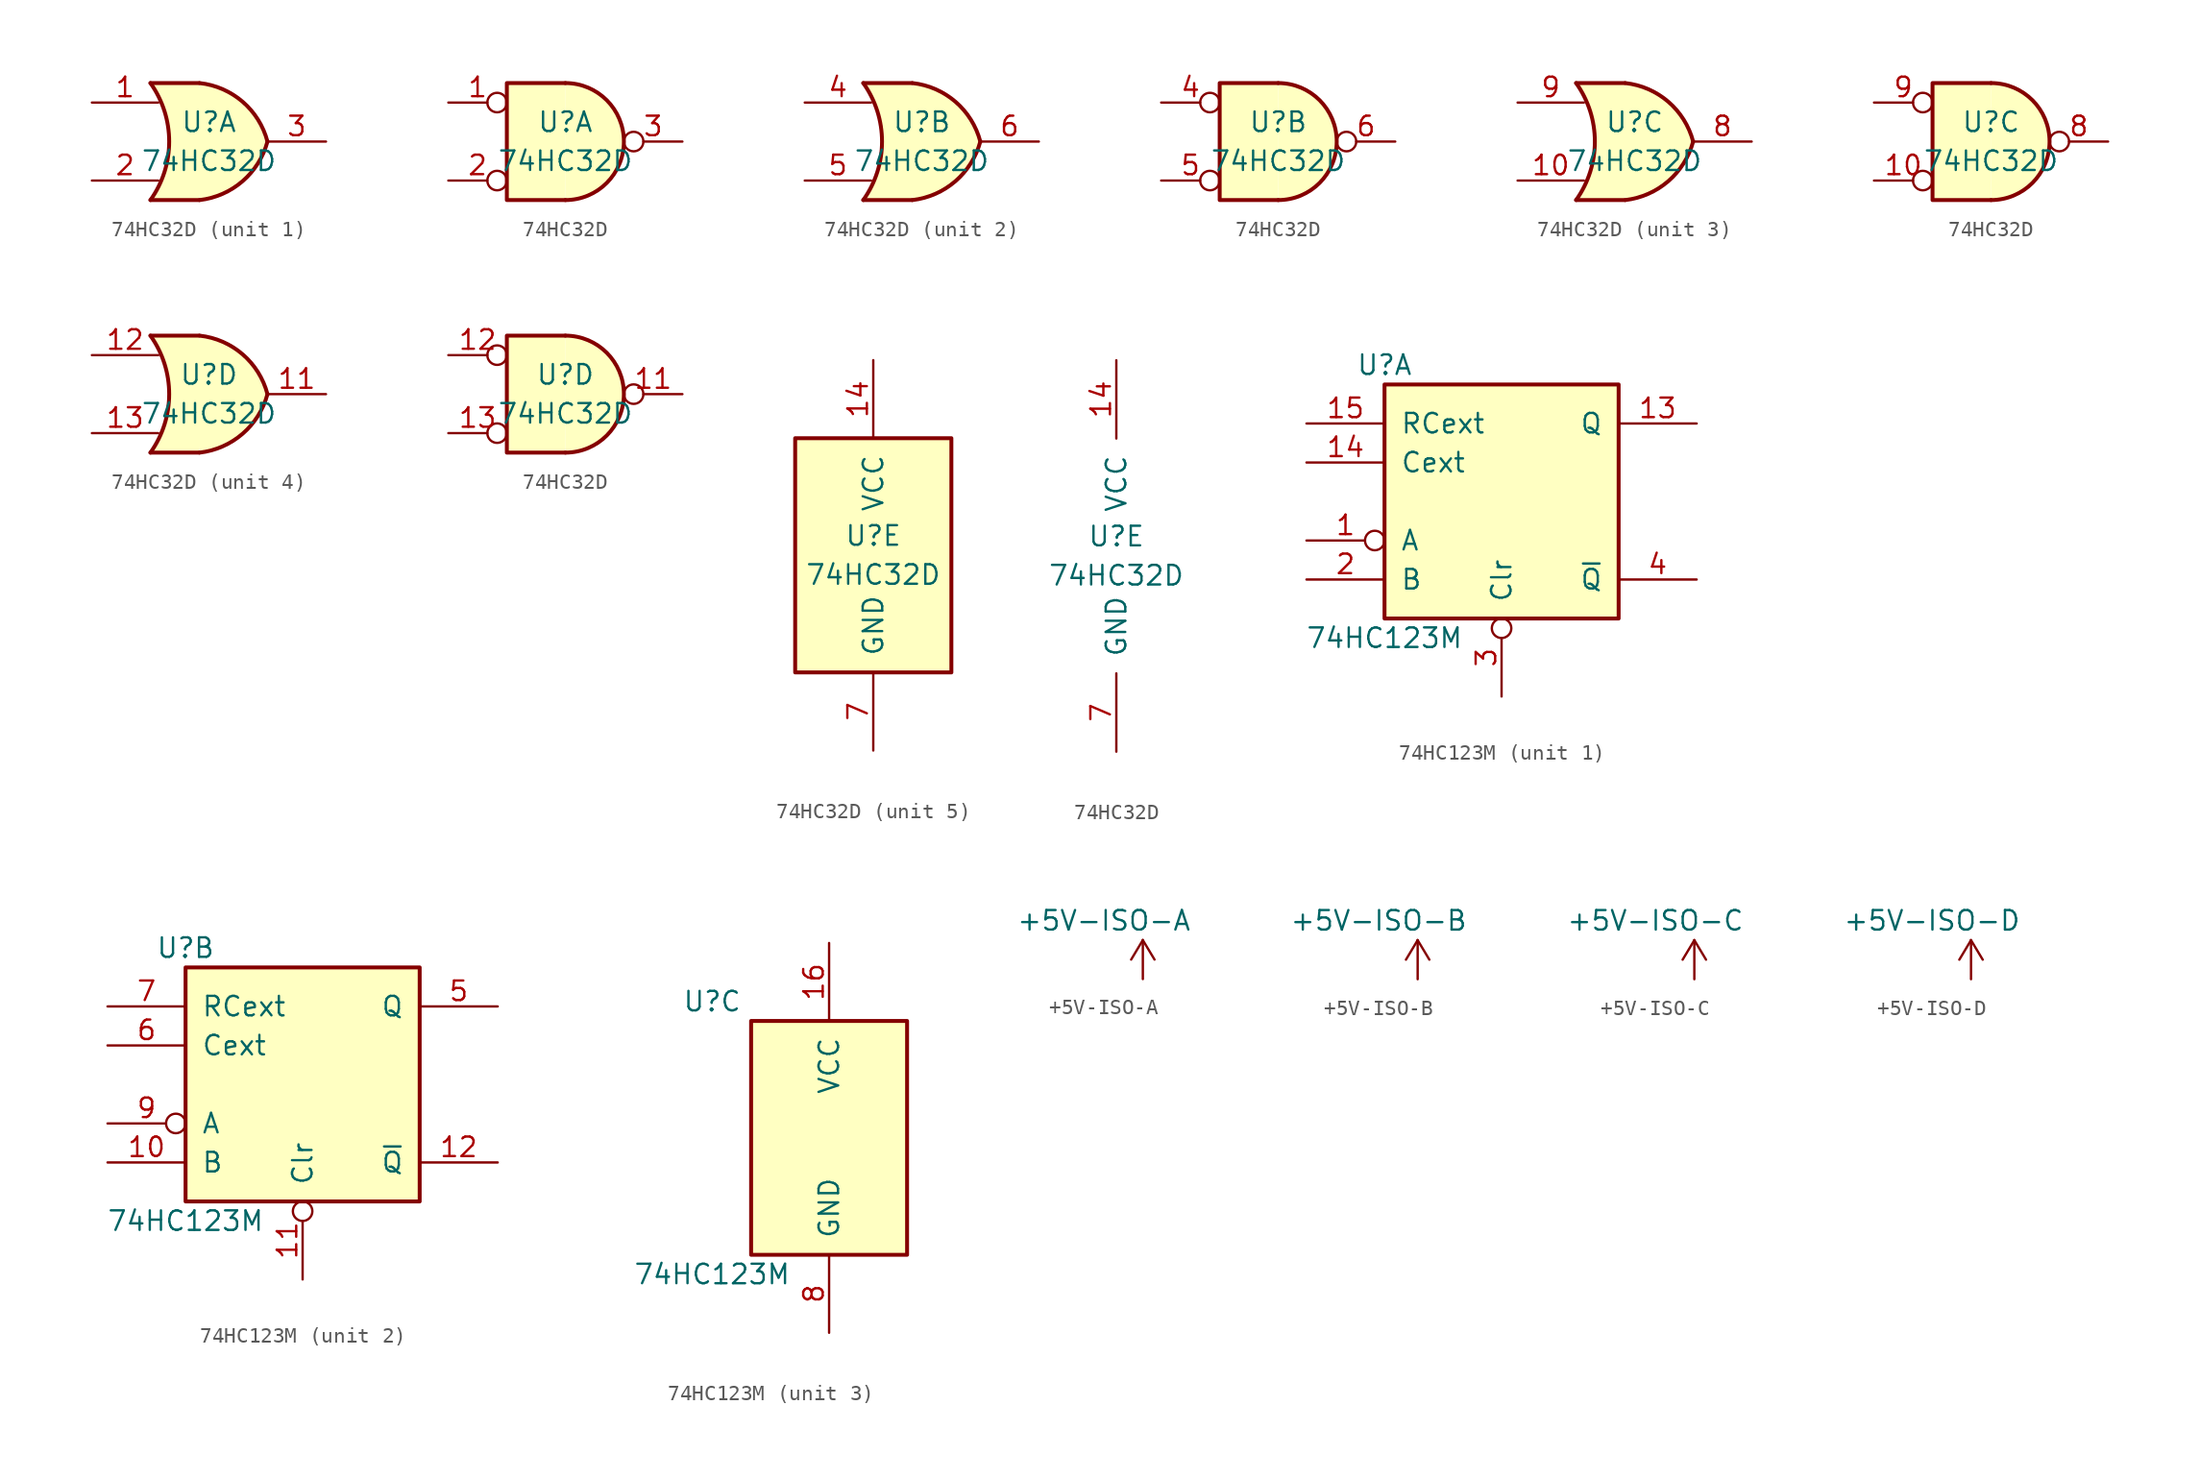
<source format=kicad_sym>
(kicad_symbol_lib
  (version 20211014)
  (generator kicad_symbol_editor)
  (symbol "74HC32D"
    (pin_names
      (offset 1.016))
    (property "Reference" "U"
      (at 0 1.27 0)
      (effects (font (size 1.27 1.27))))
    (property "Value" "74HC32D"
      (at 0 -1.27 0)
      (effects (font (size 1.27 1.27))))
    (property "ki_locked" ""
      (at 0 0 0)
      (effects (font (size 1.27 1.27))))
    (symbol "74HC32D_1_1"
      (arc (start -3.81 -3.81) (mid -2.589 0) (end -3.81 3.81) (stroke (width 0.254) (type default) (color 0 0 0 0)) (fill (type none)))
      (arc (start -0.6096 -3.81) (mid 2.1842 -2.5851) (end 3.81 0) (stroke (width 0.254) (type default) (color 0 0 0 0)) (fill (type background)))
      (polyline (pts (xy -3.81 -3.81) (xy -0.635 -3.81)) (stroke (width 0.254) (type default) (color 0 0 0 0)) (fill (type background)))
      (polyline (pts (xy -3.81 3.81) (xy -0.635 3.81)) (stroke (width 0.254) (type default) (color 0 0 0 0)) (fill (type background)))
      (polyline (pts (xy -0.635 3.81) (xy -3.81 3.81) (xy -3.81 3.81) (xy -3.556 3.404) (xy -3.023 2.261) (xy -2.692 1.041) (xy -2.616 -0.254) (xy -2.769 -1.499) (xy -3.175 -2.718) (xy -3.81 -3.81) (xy -3.81 -3.81) (xy -0.635 -3.81)) (stroke (width -25.4) (type default) (color 0 0 0 0)) (fill (type background)))
      (arc (start 3.81 0) (mid 2.1915 2.5936) (end -0.6096 3.81) (stroke (width 0.254) (type default) (color 0 0 0 0)) (fill (type background)))
      (pin input line (at -7.62 2.54 0) (length 4.318) (name "~" (effects (font (size 1.27 1.27)))) (number "1" (effects (font (size 1.27 1.27)))))
      (pin input line (at -7.62 -2.54 0) (length 4.318) (name "~" (effects (font (size 1.27 1.27)))) (number "2" (effects (font (size 1.27 1.27)))))
      (pin output line (at 7.62 0 180) (length 3.81) (name "~" (effects (font (size 1.27 1.27)))) (number "3" (effects (font (size 1.27 1.27))))))
    (symbol "74HC32D_1_2"
      (arc (start 0 -3.81) (mid 3.81 0) (end 0 3.81) (stroke (width 0.254) (type default) (color 0 0 0 0)) (fill (type background)))
      (polyline (pts (xy 0 3.81) (xy -3.81 3.81) (xy -3.81 -3.81) (xy 0 -3.81)) (stroke (width 0.254) (type default) (color 0 0 0 0)) (fill (type background)))
      (pin input inverted (at -7.62 2.54 0) (length 3.81) (name "~" (effects (font (size 1.27 1.27)))) (number "1" (effects (font (size 1.27 1.27)))))
      (pin input inverted (at -7.62 -2.54 0) (length 3.81) (name "~" (effects (font (size 1.27 1.27)))) (number "2" (effects (font (size 1.27 1.27)))))
      (pin output inverted (at 7.62 0 180) (length 3.81) (name "~" (effects (font (size 1.27 1.27)))) (number "3" (effects (font (size 1.27 1.27))))))
    (symbol "74HC32D_2_1"
      (arc (start -3.81 -3.81) (mid -2.589 0) (end -3.81 3.81) (stroke (width 0.254) (type default) (color 0 0 0 0)) (fill (type none)))
      (arc (start -0.6096 -3.81) (mid 2.1842 -2.5851) (end 3.81 0) (stroke (width 0.254) (type default) (color 0 0 0 0)) (fill (type background)))
      (polyline (pts (xy -3.81 -3.81) (xy -0.635 -3.81)) (stroke (width 0.254) (type default) (color 0 0 0 0)) (fill (type background)))
      (polyline (pts (xy -3.81 3.81) (xy -0.635 3.81)) (stroke (width 0.254) (type default) (color 0 0 0 0)) (fill (type background)))
      (polyline (pts (xy -0.635 3.81) (xy -3.81 3.81) (xy -3.81 3.81) (xy -3.556 3.404) (xy -3.023 2.261) (xy -2.692 1.041) (xy -2.616 -0.254) (xy -2.769 -1.499) (xy -3.175 -2.718) (xy -3.81 -3.81) (xy -3.81 -3.81) (xy -0.635 -3.81)) (stroke (width -25.4) (type default) (color 0 0 0 0)) (fill (type background)))
      (arc (start 3.81 0) (mid 2.1915 2.5936) (end -0.6096 3.81) (stroke (width 0.254) (type default) (color 0 0 0 0)) (fill (type background)))
      (pin input line (at -7.62 2.54 0) (length 4.318) (name "~" (effects (font (size 1.27 1.27)))) (number "4" (effects (font (size 1.27 1.27)))))
      (pin input line (at -7.62 -2.54 0) (length 4.318) (name "~" (effects (font (size 1.27 1.27)))) (number "5" (effects (font (size 1.27 1.27)))))
      (pin output line (at 7.62 0 180) (length 3.81) (name "~" (effects (font (size 1.27 1.27)))) (number "6" (effects (font (size 1.27 1.27))))))
    (symbol "74HC32D_2_2"
      (arc (start 0 -3.81) (mid 3.81 0) (end 0 3.81) (stroke (width 0.254) (type default) (color 0 0 0 0)) (fill (type background)))
      (polyline (pts (xy 0 3.81) (xy -3.81 3.81) (xy -3.81 -3.81) (xy 0 -3.81)) (stroke (width 0.254) (type default) (color 0 0 0 0)) (fill (type background)))
      (pin input inverted (at -7.62 2.54 0) (length 3.81) (name "~" (effects (font (size 1.27 1.27)))) (number "4" (effects (font (size 1.27 1.27)))))
      (pin input inverted (at -7.62 -2.54 0) (length 3.81) (name "~" (effects (font (size 1.27 1.27)))) (number "5" (effects (font (size 1.27 1.27)))))
      (pin output inverted (at 7.62 0 180) (length 3.81) (name "~" (effects (font (size 1.27 1.27)))) (number "6" (effects (font (size 1.27 1.27))))))
    (symbol "74HC32D_3_1"
      (arc (start -3.81 -3.81) (mid -2.589 0) (end -3.81 3.81) (stroke (width 0.254) (type default) (color 0 0 0 0)) (fill (type none)))
      (arc (start -0.6096 -3.81) (mid 2.1842 -2.5851) (end 3.81 0) (stroke (width 0.254) (type default) (color 0 0 0 0)) (fill (type background)))
      (polyline (pts (xy -3.81 -3.81) (xy -0.635 -3.81)) (stroke (width 0.254) (type default) (color 0 0 0 0)) (fill (type background)))
      (polyline (pts (xy -3.81 3.81) (xy -0.635 3.81)) (stroke (width 0.254) (type default) (color 0 0 0 0)) (fill (type background)))
      (polyline (pts (xy -0.635 3.81) (xy -3.81 3.81) (xy -3.81 3.81) (xy -3.556 3.404) (xy -3.023 2.261) (xy -2.692 1.041) (xy -2.616 -0.254) (xy -2.769 -1.499) (xy -3.175 -2.718) (xy -3.81 -3.81) (xy -3.81 -3.81) (xy -0.635 -3.81)) (stroke (width -25.4) (type default) (color 0 0 0 0)) (fill (type background)))
      (arc (start 3.81 0) (mid 2.1915 2.5936) (end -0.6096 3.81) (stroke (width 0.254) (type default) (color 0 0 0 0)) (fill (type background)))
      (pin input line (at -7.62 -2.54 0) (length 4.318) (name "~" (effects (font (size 1.27 1.27)))) (number "10" (effects (font (size 1.27 1.27)))))
      (pin output line (at 7.62 0 180) (length 3.81) (name "~" (effects (font (size 1.27 1.27)))) (number "8" (effects (font (size 1.27 1.27)))))
      (pin input line (at -7.62 2.54 0) (length 4.318) (name "~" (effects (font (size 1.27 1.27)))) (number "9" (effects (font (size 1.27 1.27))))))
    (symbol "74HC32D_3_2"
      (arc (start 0 -3.81) (mid 3.81 0) (end 0 3.81) (stroke (width 0.254) (type default) (color 0 0 0 0)) (fill (type background)))
      (polyline (pts (xy 0 3.81) (xy -3.81 3.81) (xy -3.81 -3.81) (xy 0 -3.81)) (stroke (width 0.254) (type default) (color 0 0 0 0)) (fill (type background)))
      (pin input inverted (at -7.62 -2.54 0) (length 3.81) (name "~" (effects (font (size 1.27 1.27)))) (number "10" (effects (font (size 1.27 1.27)))))
      (pin output inverted (at 7.62 0 180) (length 3.81) (name "~" (effects (font (size 1.27 1.27)))) (number "8" (effects (font (size 1.27 1.27)))))
      (pin input inverted (at -7.62 2.54 0) (length 3.81) (name "~" (effects (font (size 1.27 1.27)))) (number "9" (effects (font (size 1.27 1.27))))))
    (symbol "74HC32D_4_1"
      (arc (start -3.81 -3.81) (mid -2.589 0) (end -3.81 3.81) (stroke (width 0.254) (type default) (color 0 0 0 0)) (fill (type none)))
      (arc (start -0.6096 -3.81) (mid 2.1842 -2.5851) (end 3.81 0) (stroke (width 0.254) (type default) (color 0 0 0 0)) (fill (type background)))
      (polyline (pts (xy -3.81 -3.81) (xy -0.635 -3.81)) (stroke (width 0.254) (type default) (color 0 0 0 0)) (fill (type background)))
      (polyline (pts (xy -3.81 3.81) (xy -0.635 3.81)) (stroke (width 0.254) (type default) (color 0 0 0 0)) (fill (type background)))
      (polyline (pts (xy -0.635 3.81) (xy -3.81 3.81) (xy -3.81 3.81) (xy -3.556 3.404) (xy -3.023 2.261) (xy -2.692 1.041) (xy -2.616 -0.254) (xy -2.769 -1.499) (xy -3.175 -2.718) (xy -3.81 -3.81) (xy -3.81 -3.81) (xy -0.635 -3.81)) (stroke (width -25.4) (type default) (color 0 0 0 0)) (fill (type background)))
      (arc (start 3.81 0) (mid 2.1915 2.5936) (end -0.6096 3.81) (stroke (width 0.254) (type default) (color 0 0 0 0)) (fill (type background)))
      (pin output line (at 7.62 0 180) (length 3.81) (name "~" (effects (font (size 1.27 1.27)))) (number "11" (effects (font (size 1.27 1.27)))))
      (pin input line (at -7.62 2.54 0) (length 4.318) (name "~" (effects (font (size 1.27 1.27)))) (number "12" (effects (font (size 1.27 1.27)))))
      (pin input line (at -7.62 -2.54 0) (length 4.318) (name "~" (effects (font (size 1.27 1.27)))) (number "13" (effects (font (size 1.27 1.27))))))
    (symbol "74HC32D_4_2"
      (arc (start 0 -3.81) (mid 3.81 0) (end 0 3.81) (stroke (width 0.254) (type default) (color 0 0 0 0)) (fill (type background)))
      (polyline (pts (xy 0 3.81) (xy -3.81 3.81) (xy -3.81 -3.81) (xy 0 -3.81)) (stroke (width 0.254) (type default) (color 0 0 0 0)) (fill (type background)))
      (pin output inverted (at 7.62 0 180) (length 3.81) (name "~" (effects (font (size 1.27 1.27)))) (number "11" (effects (font (size 1.27 1.27)))))
      (pin input inverted (at -7.62 2.54 0) (length 3.81) (name "~" (effects (font (size 1.27 1.27)))) (number "12" (effects (font (size 1.27 1.27)))))
      (pin input inverted (at -7.62 -2.54 0) (length 3.81) (name "~" (effects (font (size 1.27 1.27)))) (number "13" (effects (font (size 1.27 1.27))))))
    (symbol "74HC32D_5_0"
      (pin power_in line (at 0 12.7 270) (length 5.08) (name "VCC" (effects (font (size 1.27 1.27)))) (number "14" (effects (font (size 1.27 1.27)))))
      (pin power_in line (at 0 -12.7 90) (length 5.08) (name "GND" (effects (font (size 1.27 1.27)))) (number "7" (effects (font (size 1.27 1.27))))))
    (symbol "74HC32D_5_1"
      (rectangle (start -5.08 7.62) (end 5.08 -7.62) (stroke (width 0.254) (type default) (color 0 0 0 0)) (fill (type background)))))
  (symbol "74HC123M"
    (pin_names
      (offset 1.016))
    (property "Reference" "U"
      (at -7.62 8.89 0)
      (effects (font (size 1.27 1.27))))
    (property "Value" "74HC123M"
      (at -7.62 -8.89 0)
      (effects (font (size 1.27 1.27))))
    (property "ki_locked" ""
      (at 0 0 0)
      (effects (font (size 1.27 1.27))))
    (symbol "74HC123M_1_0"
      (pin input inverted (at -12.7 -2.54 0) (length 5.08) (name "A" (effects (font (size 1.27 1.27)))) (number "1" (effects (font (size 1.27 1.27)))))
      (pin output line (at 12.7 5.08 180) (length 5.08) (name "Q" (effects (font (size 1.27 1.27)))) (number "13" (effects (font (size 1.27 1.27)))))
      (pin input line (at -12.7 2.54 0) (length 5.08) (name "Cext" (effects (font (size 1.27 1.27)))) (number "14" (effects (font (size 1.27 1.27)))))
      (pin input line (at -12.7 5.08 0) (length 5.08) (name "RCext" (effects (font (size 1.27 1.27)))) (number "15" (effects (font (size 1.27 1.27)))))
      (pin input line (at -12.7 -5.08 0) (length 5.08) (name "B" (effects (font (size 1.27 1.27)))) (number "2" (effects (font (size 1.27 1.27)))))
      (pin input inverted (at 0 -12.7 90) (length 5.08) (name "Clr" (effects (font (size 1.27 1.27)))) (number "3" (effects (font (size 1.27 1.27)))))
      (pin output line (at 12.7 -5.08 180) (length 5.08) (name "~{Q}" (effects (font (size 1.27 1.27)))) (number "4" (effects (font (size 1.27 1.27))))))
    (symbol "74HC123M_1_1"
      (rectangle (start -7.62 7.62) (end 7.62 -7.62) (stroke (width 0.254) (type default) (color 0 0 0 0)) (fill (type background))))
    (symbol "74HC123M_2_0"
      (pin input line (at -12.7 -5.08 0) (length 5.08) (name "B" (effects (font (size 1.27 1.27)))) (number "10" (effects (font (size 1.27 1.27)))))
      (pin input inverted (at 0 -12.7 90) (length 5.08) (name "Clr" (effects (font (size 1.27 1.27)))) (number "11" (effects (font (size 1.27 1.27)))))
      (pin output line (at 12.7 -5.08 180) (length 5.08) (name "~{Q}" (effects (font (size 1.27 1.27)))) (number "12" (effects (font (size 1.27 1.27)))))
      (pin output line (at 12.7 5.08 180) (length 5.08) (name "Q" (effects (font (size 1.27 1.27)))) (number "5" (effects (font (size 1.27 1.27)))))
      (pin input line (at -12.7 2.54 0) (length 5.08) (name "Cext" (effects (font (size 1.27 1.27)))) (number "6" (effects (font (size 1.27 1.27)))))
      (pin input line (at -12.7 5.08 0) (length 5.08) (name "RCext" (effects (font (size 1.27 1.27)))) (number "7" (effects (font (size 1.27 1.27)))))
      (pin input inverted (at -12.7 -2.54 0) (length 5.08) (name "A" (effects (font (size 1.27 1.27)))) (number "9" (effects (font (size 1.27 1.27))))))
    (symbol "74HC123M_2_1"
      (rectangle (start -7.62 7.62) (end 7.62 -7.62) (stroke (width 0.254) (type default) (color 0 0 0 0)) (fill (type background))))
    (symbol "74HC123M_3_0"
      (pin power_in line (at 0 12.7 270) (length 5.08) (name "VCC" (effects (font (size 1.27 1.27)))) (number "16" (effects (font (size 1.27 1.27)))))
      (pin power_in line (at 0 -12.7 90) (length 5.08) (name "GND" (effects (font (size 1.27 1.27)))) (number "8" (effects (font (size 1.27 1.27))))))
    (symbol "74HC123M_3_1"
      (rectangle (start -5.08 7.62) (end 5.08 -7.62) (stroke (width 0.254) (type default) (color 0 0 0 0)) (fill (type background)))))
  (symbol "+5V-ISO-A"
    (power)
    (pin_names
      (offset 0))
    (property "Reference" "#PWR?"
      (at 0 -3.81 0)
      (effects (font (size 1.27 1.27)) hide))
    (property "Value" "+5V-ISO-A"
      (at -2.54 3.81 0)
      (effects (font (size 1.27 1.27))))
    (symbol "+5V-ISO-A_0_1"
      (polyline (pts (xy -0.762 1.27) (xy 0 2.54)) (stroke (width 0) (type default) (color 0 0 0 0)) (fill (type none)))
      (polyline (pts (xy 0 0) (xy 0 2.54)) (stroke (width 0) (type default) (color 0 0 0 0)) (fill (type none)))
      (polyline (pts (xy 0 2.54) (xy 0.762 1.27)) (stroke (width 0) (type default) (color 0 0 0 0)) (fill (type none))))
    (symbol "+5V-ISO-A_1_1"
      (pin power_in line (at 0 0 90) (length 0) hide (name "+5V-ISO-A" (effects (font (size 1.27 1.27)))) (number "1" (effects (font (size 1.27 1.27)))))))
  (symbol "+5V-ISO-B"
    (power)
    (pin_names
      (offset 0))
    (property "Reference" "#PWR?"
      (at 0 -3.81 0)
      (effects (font (size 1.27 1.27)) hide))
    (property "Value" "+5V-ISO-B"
      (at -2.54 3.81 0)
      (effects (font (size 1.27 1.27))))
    (symbol "+5V-ISO-B_0_1"
      (polyline (pts (xy -0.762 1.27) (xy 0 2.54)) (stroke (width 0) (type default) (color 0 0 0 0)) (fill (type none)))
      (polyline (pts (xy 0 0) (xy 0 2.54)) (stroke (width 0) (type default) (color 0 0 0 0)) (fill (type none)))
      (polyline (pts (xy 0 2.54) (xy 0.762 1.27)) (stroke (width 0) (type default) (color 0 0 0 0)) (fill (type none))))
    (symbol "+5V-ISO-B_1_1"
      (pin power_in line (at 0 0 90) (length 0) hide (name "+5V-ISO-B" (effects (font (size 1.27 1.27)))) (number "1" (effects (font (size 1.27 1.27)))))))
  (symbol "+5V-ISO-C"
    (power)
    (pin_names
      (offset 0))
    (property "Reference" "#PWR?"
      (at 0 -3.81 0)
      (effects (font (size 1.27 1.27)) hide))
    (property "Value" "+5V-ISO-C"
      (at -2.54 3.81 0)
      (effects (font (size 1.27 1.27))))
    (symbol "+5V-ISO-C_0_1"
      (polyline (pts (xy -0.762 1.27) (xy 0 2.54)) (stroke (width 0) (type default) (color 0 0 0 0)) (fill (type none)))
      (polyline (pts (xy 0 0) (xy 0 2.54)) (stroke (width 0) (type default) (color 0 0 0 0)) (fill (type none)))
      (polyline (pts (xy 0 2.54) (xy 0.762 1.27)) (stroke (width 0) (type default) (color 0 0 0 0)) (fill (type none))))
    (symbol "+5V-ISO-C_1_1"
      (pin power_in line (at 0 0 90) (length 0) hide (name "+5V-ISO-C" (effects (font (size 1.27 1.27)))) (number "1" (effects (font (size 1.27 1.27)))))))
  (symbol "+5V-ISO-D"
    (power)
    (pin_names
      (offset 0))
    (property "Reference" "#PWR?"
      (at 0 -3.81 0)
      (effects (font (size 1.27 1.27)) hide))
    (property "Value" "+5V-ISO-D"
      (at -2.54 3.81 0)
      (effects (font (size 1.27 1.27))))
    (symbol "+5V-ISO-D_0_1"
      (polyline (pts (xy -0.762 1.27) (xy 0 2.54)) (stroke (width 0) (type default) (color 0 0 0 0)) (fill (type none)))
      (polyline (pts (xy 0 0) (xy 0 2.54)) (stroke (width 0) (type default) (color 0 0 0 0)) (fill (type none)))
      (polyline (pts (xy 0 2.54) (xy 0.762 1.27)) (stroke (width 0) (type default) (color 0 0 0 0)) (fill (type none))))
    (symbol "+5V-ISO-D_1_1"
      (pin power_in line (at 0 0 90) (length 0) hide (name "+5V-ISO-D" (effects (font (size 1.27 1.27)))) (number "1" (effects (font (size 1.27 1.27))))))))
</source>
